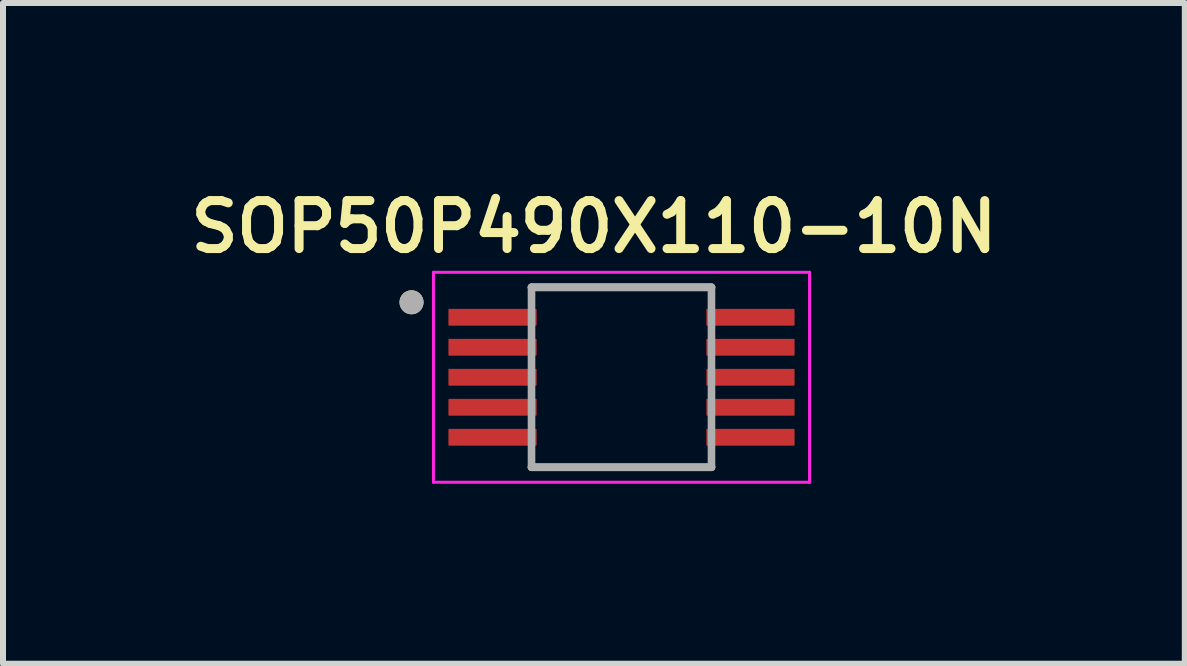
<source format=kicad_pcb>
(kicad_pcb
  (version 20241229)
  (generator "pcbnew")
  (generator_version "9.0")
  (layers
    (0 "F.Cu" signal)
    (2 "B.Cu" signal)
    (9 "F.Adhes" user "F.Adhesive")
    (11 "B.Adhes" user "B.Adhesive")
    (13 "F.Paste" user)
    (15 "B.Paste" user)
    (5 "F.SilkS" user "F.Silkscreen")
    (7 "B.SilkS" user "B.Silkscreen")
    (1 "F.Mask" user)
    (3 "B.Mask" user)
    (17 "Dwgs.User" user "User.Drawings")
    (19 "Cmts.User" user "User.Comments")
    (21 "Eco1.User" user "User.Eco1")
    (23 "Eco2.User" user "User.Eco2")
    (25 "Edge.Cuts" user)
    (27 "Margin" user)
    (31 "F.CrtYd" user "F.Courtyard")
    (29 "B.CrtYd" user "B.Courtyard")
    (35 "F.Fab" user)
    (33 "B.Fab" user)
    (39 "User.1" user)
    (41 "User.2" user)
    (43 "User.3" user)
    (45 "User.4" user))
  (footprint "SOP50P490X110-10N"
    (layer "F.Cu")
    (at 7.31 3.239)
    (property "Reference" "SOP50P490X110-10N" (at -0.46 -2.508 0) (layer "F.SilkS") (effects (font (size 0.8 0.8) (thickness 0.15))))
    (attr through_hole)
    (fp_line (start -1.5 -1.5) (end 1.5 -1.5) (stroke (width 0.127) (type solid)) (layer "F.SilkS"))
    (fp_line (start -1.5 1.5) (end 1.5 1.5) (stroke (width 0.127) (type solid)) (layer "F.SilkS"))
    (fp_circle (center -3.5 -1.25) (end -3.4 -1.25) (stroke (width 0.2) (type solid)) (fill no) (layer "F.SilkS"))
    (fp_line (start -3.135 -1.75) (end -3.135 1.75) (stroke (width 0.05) (type solid)) (layer "F.CrtYd"))
    (fp_line (start -3.135 -1.75) (end 3.135 -1.75) (stroke (width 0.05) (type solid)) (layer "F.CrtYd"))
    (fp_line (start -3.135 1.75) (end 3.135 1.75) (stroke (width 0.05) (type solid)) (layer "F.CrtYd"))
    (fp_line (start 3.135 -1.75) (end 3.135 1.75) (stroke (width 0.05) (type solid)) (layer "F.CrtYd"))
    (fp_line (start -1.5 -1.5) (end -1.5 1.5) (stroke (width 0.127) (type solid)) (layer "F.Fab"))
    (fp_line (start -1.5 -1.5) (end 1.5 -1.5) (stroke (width 0.127) (type solid)) (layer "F.Fab"))
    (fp_line (start -1.5 1.5) (end 1.5 1.5) (stroke (width 0.127) (type solid)) (layer "F.Fab"))
    (fp_line (start 1.5 -1.5) (end 1.5 1.5) (stroke (width 0.127) (type solid)) (layer "F.Fab"))
    (fp_circle (center -3.5 -1.25) (end -3.4 -1.25) (stroke (width 0.2) (type solid)) (fill no) (layer "F.Fab"))
    (pad "1" smd roundrect (at -2.15 -1) (size 1.47 0.28) (layers "F.Cu" "F.Mask" "F.Paste") (roundrect_rratio 0.04))
    (pad "2" smd roundrect (at -2.15 -0.5) (size 1.47 0.28) (layers "F.Cu" "F.Mask" "F.Paste") (roundrect_rratio 0.04))
    (pad "3" smd roundrect (at -2.15 0) (size 1.47 0.28) (layers "F.Cu" "F.Mask" "F.Paste") (roundrect_rratio 0.04))
    (pad "4" smd roundrect (at -2.15 0.5) (size 1.47 0.28) (layers "F.Cu" "F.Mask" "F.Paste") (roundrect_rratio 0.04))
    (pad "5" smd roundrect (at -2.15 1) (size 1.47 0.28) (layers "F.Cu" "F.Mask" "F.Paste") (roundrect_rratio 0.04))
    (pad "6" smd roundrect (at 2.15 1) (size 1.47 0.28) (layers "F.Cu" "F.Mask" "F.Paste") (roundrect_rratio 0.04))
    (pad "7" smd roundrect (at 2.15 0.5) (size 1.47 0.28) (layers "F.Cu" "F.Mask" "F.Paste") (roundrect_rratio 0.04))
    (pad "8" smd roundrect (at 2.15 0) (size 1.47 0.28) (layers "F.Cu" "F.Mask" "F.Paste") (roundrect_rratio 0.04))
    (pad "9" smd roundrect (at 2.15 -0.5) (size 1.47 0.28) (layers "F.Cu" "F.Mask" "F.Paste") (roundrect_rratio 0.04))
    (pad "10" smd roundrect (at 2.15 -1) (size 1.47 0.28) (layers "F.Cu" "F.Mask" "F.Paste") (roundrect_rratio 0.04)))
  (gr_rect
    (start -3 -3)
    (end 16.7 8.014)
    (stroke (width 0.1) (type default))
    (fill no)
    (layer "Edge.Cuts")))
</source>
